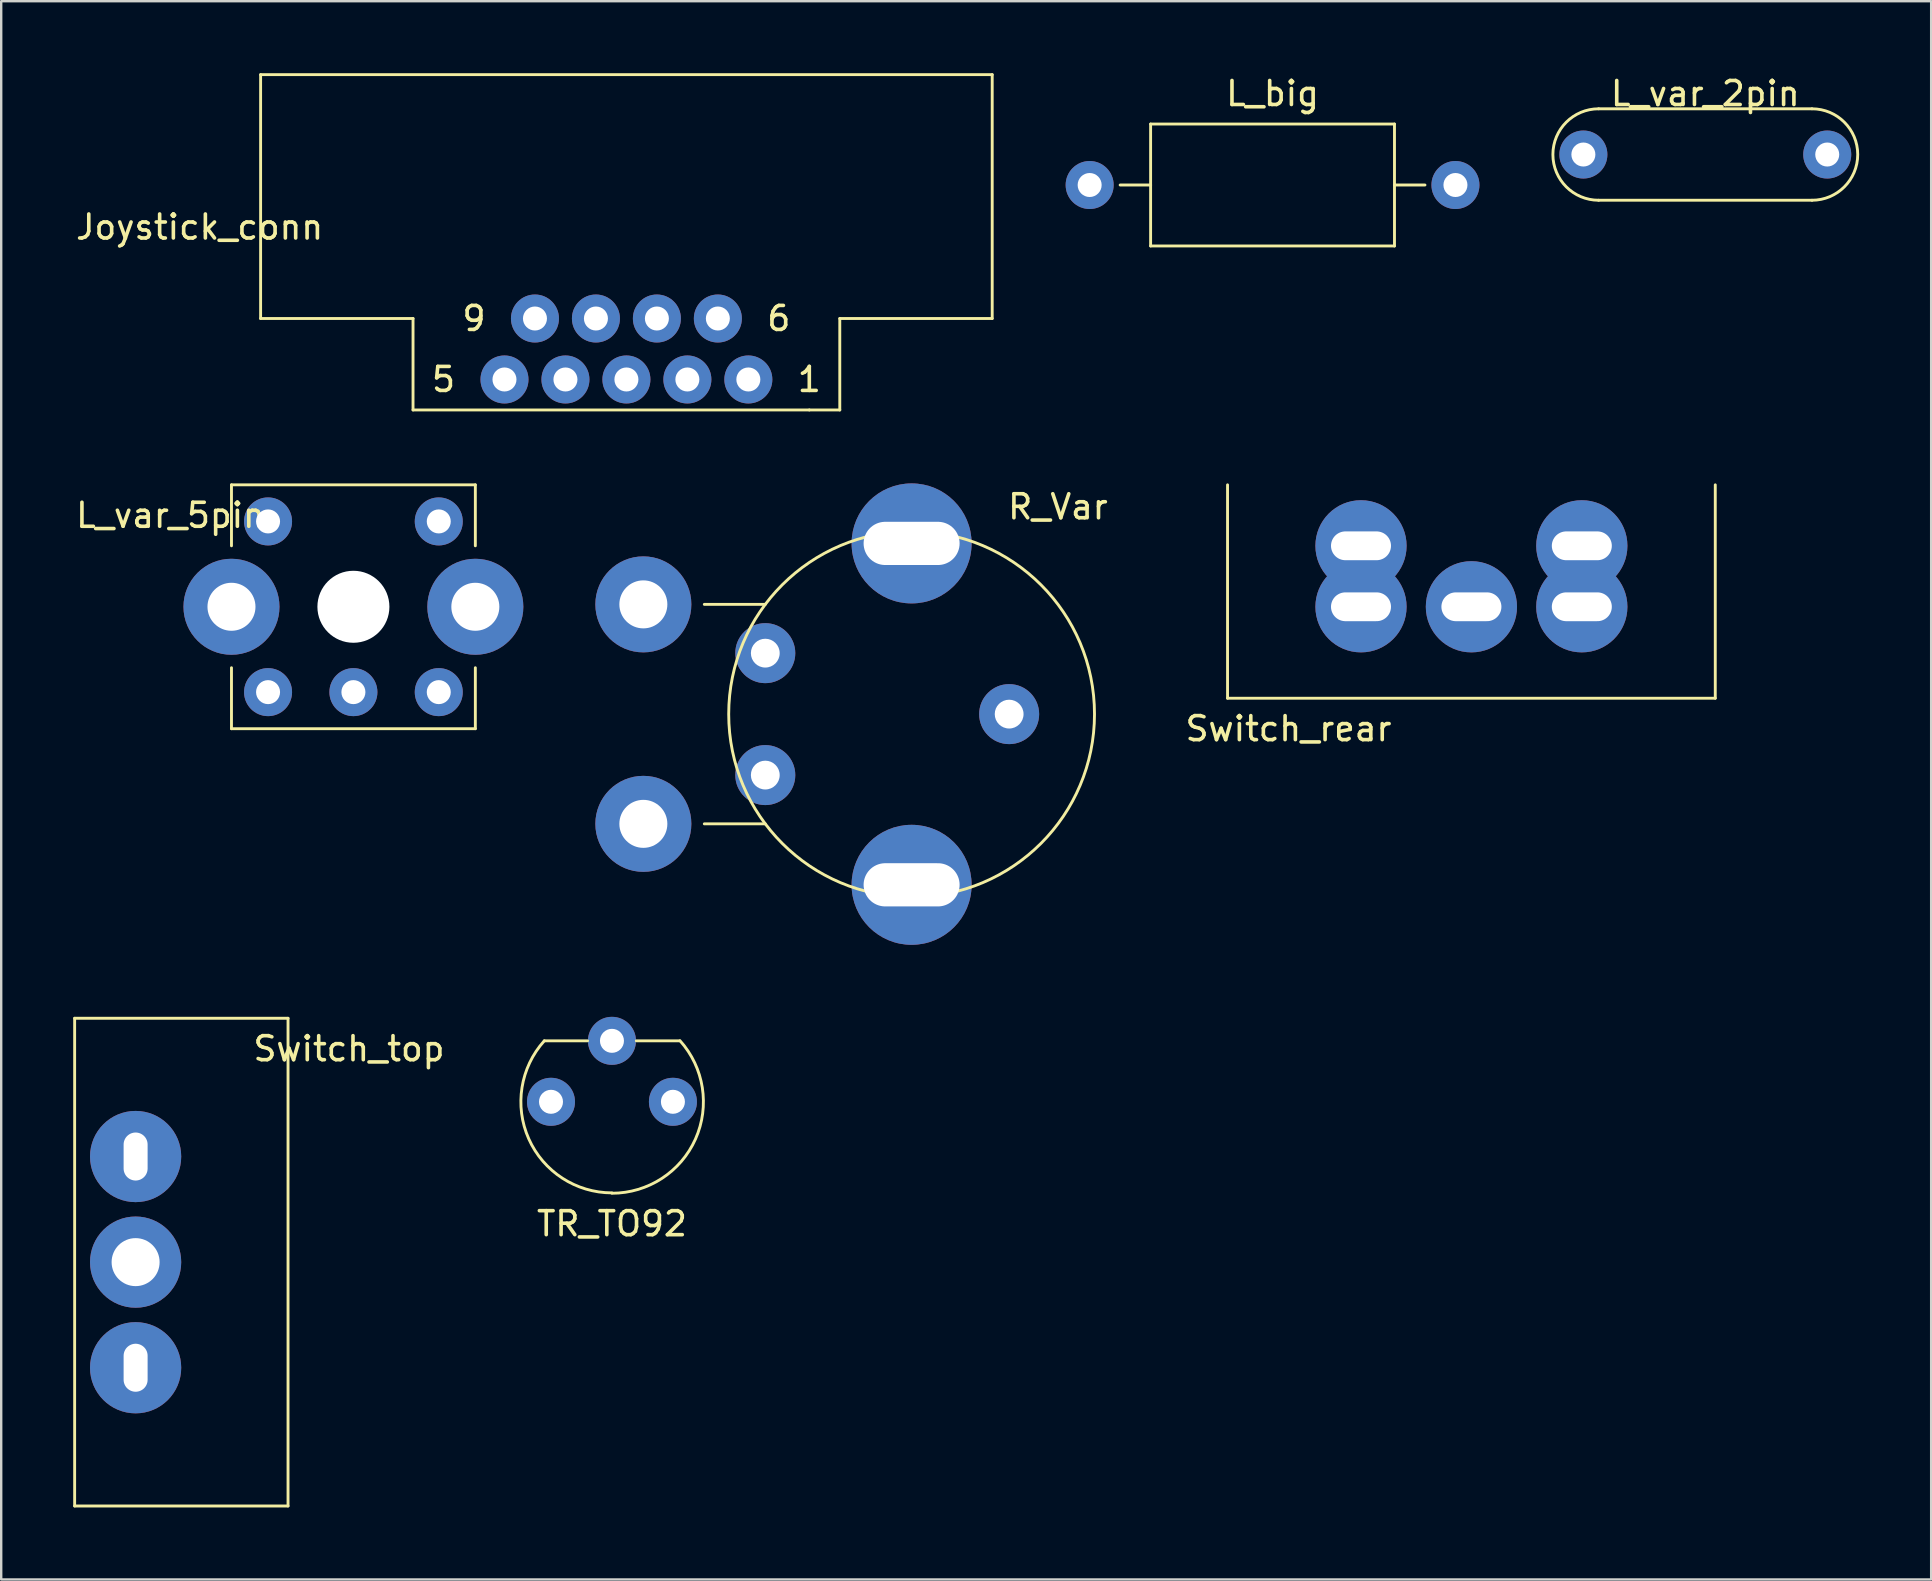
<source format=kicad_pcb>
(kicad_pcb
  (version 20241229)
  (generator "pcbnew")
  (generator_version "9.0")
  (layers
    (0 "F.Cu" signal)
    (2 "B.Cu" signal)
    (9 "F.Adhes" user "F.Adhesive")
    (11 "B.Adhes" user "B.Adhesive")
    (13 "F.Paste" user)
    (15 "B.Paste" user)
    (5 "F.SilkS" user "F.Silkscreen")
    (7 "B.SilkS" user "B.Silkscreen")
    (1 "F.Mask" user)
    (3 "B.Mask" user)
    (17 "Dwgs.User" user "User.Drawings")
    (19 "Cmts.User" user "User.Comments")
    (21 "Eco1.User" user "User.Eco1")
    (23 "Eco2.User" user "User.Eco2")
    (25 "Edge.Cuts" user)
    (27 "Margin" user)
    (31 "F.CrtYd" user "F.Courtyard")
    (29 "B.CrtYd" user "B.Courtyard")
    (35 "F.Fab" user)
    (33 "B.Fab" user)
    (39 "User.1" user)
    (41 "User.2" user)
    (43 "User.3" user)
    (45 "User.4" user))
  (footprint "Joystick_conn"
    (layer "F.Cu")
    (at 23.048 12.76)
    (property "Reference" "Joystick_conn" (at -17.78 -6.35 0) (layer "F.SilkS") (effects (font (size 1 1) (thickness 0.15))))
    (attr through_hole)
    (fp_line (start -15.24 -12.7) (end -15.24 -2.54) (stroke (width 0.12) (type solid)) (layer "F.SilkS"))
    (fp_line (start -8.89 -2.54) (end -15.24 -2.54) (stroke (width 0.12) (type solid)) (layer "F.SilkS"))
    (fp_line (start -8.89 1.27) (end -8.89 -2.54) (stroke (width 0.12) (type solid)) (layer "F.SilkS"))
    (fp_line (start -8.89 1.27) (end 7.62 1.27) (stroke (width 0.12) (type solid)) (layer "F.SilkS"))
    (fp_line (start 8.89 -2.54) (end 15.24 -2.54) (stroke (width 0.12) (type solid)) (layer "F.SilkS"))
    (fp_line (start 8.89 1.27) (end 7.62 1.27) (stroke (width 0.12) (type solid)) (layer "F.SilkS"))
    (fp_line (start 8.89 1.27) (end 8.89 -2.54) (stroke (width 0.12) (type solid)) (layer "F.SilkS"))
    (fp_line (start 15.24 -12.7) (end -15.24 -12.7) (stroke (width 0.12) (type solid)) (layer "F.SilkS"))
    (fp_line (start 15.24 -2.54) (end 15.24 -12.7) (stroke (width 0.12) (type solid)) (layer "F.SilkS"))
    (fp_text user "5" (at -7.62 0 0) (layer "F.SilkS") (effects (font (size 1 1) (thickness 0.15))))
    (fp_text user "1" (at 7.62 0 0) (layer "F.SilkS") (effects (font (size 1 1) (thickness 0.15))))
    (fp_text user "6" (at 6.35 -2.54 0) (layer "F.SilkS") (effects (font (size 1 1) (thickness 0.15))))
    (fp_text user "9" (at -6.35 -2.54 0) (layer "F.SilkS") (effects (font (size 1 1) (thickness 0.15))))
    (pad "1" thru_hole circle (at 5.08 0) (size 2 2) (drill 1) (layers "*.Cu" "*.Mask"))
    (pad "2" thru_hole circle (at 2.54 0) (size 2 2) (drill 1) (layers "*.Cu" "*.Mask"))
    (pad "3" thru_hole circle (at 0 0) (size 2 2) (drill 1) (layers "*.Cu" "*.Mask"))
    (pad "4" thru_hole circle (at -2.54 0) (size 2 2) (drill 1) (layers "*.Cu" "*.Mask"))
    (pad "5" thru_hole circle (at -5.08 0) (size 2 2) (drill 1) (layers "*.Cu" "*.Mask"))
    (pad "6" thru_hole circle (at 3.81 -2.54) (size 2 2) (drill 1) (layers "*.Cu" "*.Mask"))
    (pad "7" thru_hole circle (at 1.27 -2.54) (size 2 2) (drill 1) (layers "*.Cu" "*.Mask"))
    (pad "8" thru_hole circle (at -1.27 -2.54) (size 2 2) (drill 1) (layers "*.Cu" "*.Mask"))
    (pad "9" thru_hole circle (at -3.81 -2.54) (size 2 2) (drill 1) (layers "*.Cu" "*.Mask")))
  (footprint "Switch_top"
    (layer "F.Cu")
    (at 2.6 49.534)
    (property "Reference" "Switch_top" (at 8.89 -8.89 0) (layer "F.SilkS") (effects (font (size 1 1) (thickness 0.15))))
    (attr through_hole)
    (fp_line (start -2.54 -10.16) (end 6.35 -10.16) (stroke (width 0.12) (type solid)) (layer "F.SilkS"))
    (fp_line (start -2.54 10.16) (end -2.54 -10.16) (stroke (width 0.12) (type solid)) (layer "F.SilkS"))
    (fp_line (start 6.35 -10.16) (end 6.35 10.16) (stroke (width 0.12) (type solid)) (layer "F.SilkS"))
    (fp_line (start 6.35 10.16) (end -2.54 10.16) (stroke (width 0.12) (type solid)) (layer "F.SilkS"))
    (pad "1" thru_hole circle (at 0 4.4) (size 3.8 3.8) (drill oval 1 2) (layers "*.Cu" "*.Mask"))
    (pad "2" thru_hole circle (at 0 0) (size 3.8 3.8) (drill 2) (layers "*.Cu" "*.Mask"))
    (pad "3" thru_hole circle (at 0 -4.4) (size 3.8 3.8) (drill oval 1 2) (layers "*.Cu" "*.Mask")))
  (footprint "L_var_2pin"
    (layer "F.Cu")
    (at 67.998 3.388)
    (property "Reference" "L_var_2pin" (at 0 -2.54 0) (layer "F.SilkS") (effects (font (size 1 1) (thickness 0.15))))
    (attr through_hole)
    (fp_line (start -4.445 -1.905) (end 4.445 -1.905) (stroke (width 0.12) (type solid)) (layer "F.SilkS"))
    (fp_line (start 4.445 1.905) (end -4.445 1.905) (stroke (width 0.12) (type solid)) (layer "F.SilkS"))
    (fp_arc (start -4.445 1.905) (mid -6.35 0) (end -4.445 -1.905) (stroke (width 0.12) (type solid)) (layer "F.SilkS"))
    (fp_arc (start 4.445 -1.905) (mid 6.35 0) (end 4.445 1.905) (stroke (width 0.12) (type solid)) (layer "F.SilkS"))
    (pad "1" thru_hole circle (at -5.08 0) (size 2 2) (drill 1) (layers "*.Cu" "*.Mask"))
    (pad "2" thru_hole circle (at 5.08 0) (size 2 2) (drill 1) (layers "*.Cu" "*.Mask")))
  (footprint "L_big"
    (layer "F.Cu")
    (at 49.968 4.658)
    (property "Reference" "L_big" (at 0 -3.81 0) (layer "F.SilkS") (effects (font (size 1 1) (thickness 0.15))))
    (attr through_hole)
    (fp_line (start -6.35 0) (end -5.08 0) (stroke (width 0.12) (type solid)) (layer "F.SilkS"))
    (fp_line (start -5.08 -2.54) (end 5.08 -2.54) (stroke (width 0.12) (type solid)) (layer "F.SilkS"))
    (fp_line (start -5.08 0) (end -5.08 -2.54) (stroke (width 0.12) (type solid)) (layer "F.SilkS"))
    (fp_line (start -5.08 2.54) (end -5.08 0) (stroke (width 0.12) (type solid)) (layer "F.SilkS"))
    (fp_line (start 5.08 -2.54) (end 5.08 2.54) (stroke (width 0.12) (type solid)) (layer "F.SilkS"))
    (fp_line (start 5.08 0) (end 6.35 0) (stroke (width 0.12) (type solid)) (layer "F.SilkS"))
    (fp_line (start 5.08 2.54) (end -5.08 2.54) (stroke (width 0.12) (type solid)) (layer "F.SilkS"))
    (pad "1" thru_hole circle (at -7.62 0) (size 2 2) (drill 1) (layers "*.Cu" "*.Mask"))
    (pad "2" thru_hole circle (at 7.62 0) (size 2 2) (drill 1) (layers "*.Cu" "*.Mask")))
  (footprint "Switch_rear"
    (layer "F.Cu")
    (at 58.253 20.96)
    (property "Reference" "Switch_rear" (at -7.62 6.35 0) (layer "F.SilkS") (effects (font (size 1 1) (thickness 0.15))))
    (attr through_hole)
    (fp_line (start -10.16 5.08) (end -10.16 -3.81) (stroke (width 0.12) (type solid)) (layer "F.SilkS"))
    (fp_line (start -10.16 5.08) (end 10.16 5.08) (stroke (width 0.12) (type solid)) (layer "F.SilkS"))
    (fp_line (start 10.16 5.08) (end 10.16 -3.81) (stroke (width 0.12) (type solid)) (layer "F.SilkS"))
    (pad "1" thru_hole circle (at -4.6 -1.27) (size 3.8 3.8) (drill oval 2.5 1.2) (layers "*.Cu" "*.Mask"))
    (pad "1" thru_hole circle (at -4.6 1.27) (size 3.8 3.8) (drill oval 2.5 1.2) (layers "*.Cu" "*.Mask"))
    (pad "2" thru_hole circle (at 0 1.27) (size 3.8 3.8) (drill oval 2.5 1.2) (layers "*.Cu" "*.Mask"))
    (pad "3" thru_hole circle (at 4.6 -1.27) (size 3.8 3.8) (drill oval 2.5 1.2) (layers "*.Cu" "*.Mask"))
    (pad "3" thru_hole circle (at 4.6 1.27) (size 3.8 3.8) (drill oval 2.5 1.2) (layers "*.Cu" "*.Mask")))
  (footprint "TR_TO92"
    (layer "F.Cu")
    (at 22.446 42.854)
    (property "Reference" "TR_TO92" (at 0 5.08 0) (layer "F.SilkS") (effects (font (size 1 1) (thickness 0.15))))
    (attr through_hole)
    (fp_line (start -1.016 -2.54) (end -2.819 -2.54) (stroke (width 0.12) (type solid)) (layer "F.SilkS"))
    (fp_line (start 1.016 -2.54) (end 2.819 -2.54) (stroke (width 0.12) (type solid)) (layer "F.SilkS"))
    (fp_arc (start 0 3.794644) (mid -3.466822 1.542876) (end -2.819171 -2.539999) (stroke (width 0.12) (type solid)) (layer "F.SilkS"))
    (fp_arc (start 2.835695 -2.54459) (mid 3.479295 1.552613) (end 0 3.81) (stroke (width 0.12) (type solid)) (layer "F.SilkS"))
    (pad "1" thru_hole circle (at 2.54 0) (size 2 2) (drill 1) (layers "*.Cu" "*.Mask"))
    (pad "2" thru_hole circle (at 0 -2.54) (size 2 2) (drill 1) (layers "*.Cu" "*.Mask"))
    (pad "3" thru_hole circle (at -2.54 0) (size 2 2) (drill 1) (layers "*.Cu" "*.Mask")))
  (footprint "R_Var"
    (layer "F.Cu")
    (at 33.914 26.702)
    (property "Reference" "R_Var" (at 7.112 -8.636 0) (layer "F.SilkS") (effects (font (size 1 1) (thickness 0.15))))
    (attr through_hole)
    (fp_line (start -7.62 -4.572) (end -5.08 -4.572) (stroke (width 0.12) (type solid)) (layer "F.SilkS"))
    (fp_line (start -7.62 4.572) (end -5.08 4.572) (stroke (width 0.12) (type solid)) (layer "F.SilkS"))
    (fp_circle (center 1.016 0) (end 8.636 0) (stroke (width 0.12) (type solid)) (fill no) (layer "F.SilkS"))
    (pad "1" thru_hole circle (at -10.16 -4.572) (size 4 4) (drill 2) (layers "*.Cu" "*.Mask"))
    (pad "1" thru_hole circle (at -5.08 -2.54) (size 2.5 2.5) (drill 1.2) (layers "*.Cu" "*.Mask"))
    (pad "2" thru_hole circle (at 1.016 -7.112) (size 5 5) (drill oval 4 1.8) (layers "*.Cu" "*.Mask"))
    (pad "2" thru_hole circle (at 1.016 7.112) (size 5 5) (drill oval 4 1.8) (layers "*.Cu" "*.Mask"))
    (pad "2" thru_hole circle (at 5.08 0) (size 2.5 2.5) (drill 1.2) (layers "*.Cu" "*.Mask"))
    (pad "3" thru_hole circle (at -10.16 4.572) (size 4 4) (drill 2) (layers "*.Cu" "*.Mask"))
    (pad "3" thru_hole circle (at -5.08 2.54) (size 2.5 2.5) (drill 1.2) (layers "*.Cu" "*.Mask")))
  (footprint "L_var_5pin"
    (layer "F.Cu")
    (at 11.674 22.23)
    (property "Reference" "L_var_5pin" (at -7.62 -3.81 0) (layer "F.SilkS") (effects (font (size 1 1) (thickness 0.15))))
    (attr through_hole)
    (fp_line (start -5.08 -5.08) (end 5.08 -5.08) (stroke (width 0.12) (type solid)) (layer "F.SilkS"))
    (fp_line (start -5.08 -2.54) (end -5.08 -5.08) (stroke (width 0.12) (type solid)) (layer "F.SilkS"))
    (fp_line (start -5.08 5.08) (end -5.08 2.54) (stroke (width 0.12) (type solid)) (layer "F.SilkS"))
    (fp_line (start 5.08 -5.08) (end 5.08 -2.54) (stroke (width 0.12) (type solid)) (layer "F.SilkS"))
    (fp_line (start 5.08 2.54) (end 5.08 5.08) (stroke (width 0.12) (type solid)) (layer "F.SilkS"))
    (fp_line (start 5.08 5.08) (end -5.08 5.08) (stroke (width 0.12) (type solid)) (layer "F.SilkS"))
    (pad "" np_thru_hole circle (at 0 0) (size 3 3) (drill 3) (layers "*.Cu" "*.Mask"))
    (pad "1" thru_hole circle (at -3.556 3.556) (size 2 2) (drill 1) (layers "*.Cu" "*.Mask"))
    (pad "2" thru_hole circle (at 3.556 3.556) (size 2 2) (drill 1) (layers "*.Cu" "*.Mask"))
    (pad "3" thru_hole circle (at -3.556 -3.556) (size 2 2) (drill 1) (layers "*.Cu" "*.Mask"))
    (pad "4" thru_hole circle (at 3.556 -3.556) (size 2 2) (drill 1) (layers "*.Cu" "*.Mask"))
    (pad "5" thru_hole circle (at 0 3.556) (size 2 2) (drill 1) (layers "*.Cu" "*.Mask"))
    (pad "6" thru_hole circle (at -5.08 0) (size 4 4) (drill 2) (layers "*.Cu" "*.Mask"))
    (pad "7" thru_hole circle (at 5.08 0) (size 4 4) (drill 2) (layers "*.Cu" "*.Mask")))
  (gr_rect
    (start -3 -3)
    (end 77.408 62.754)
    (stroke (width 0.1) (type default))
    (fill no)
    (layer "Edge.Cuts")))
</source>
